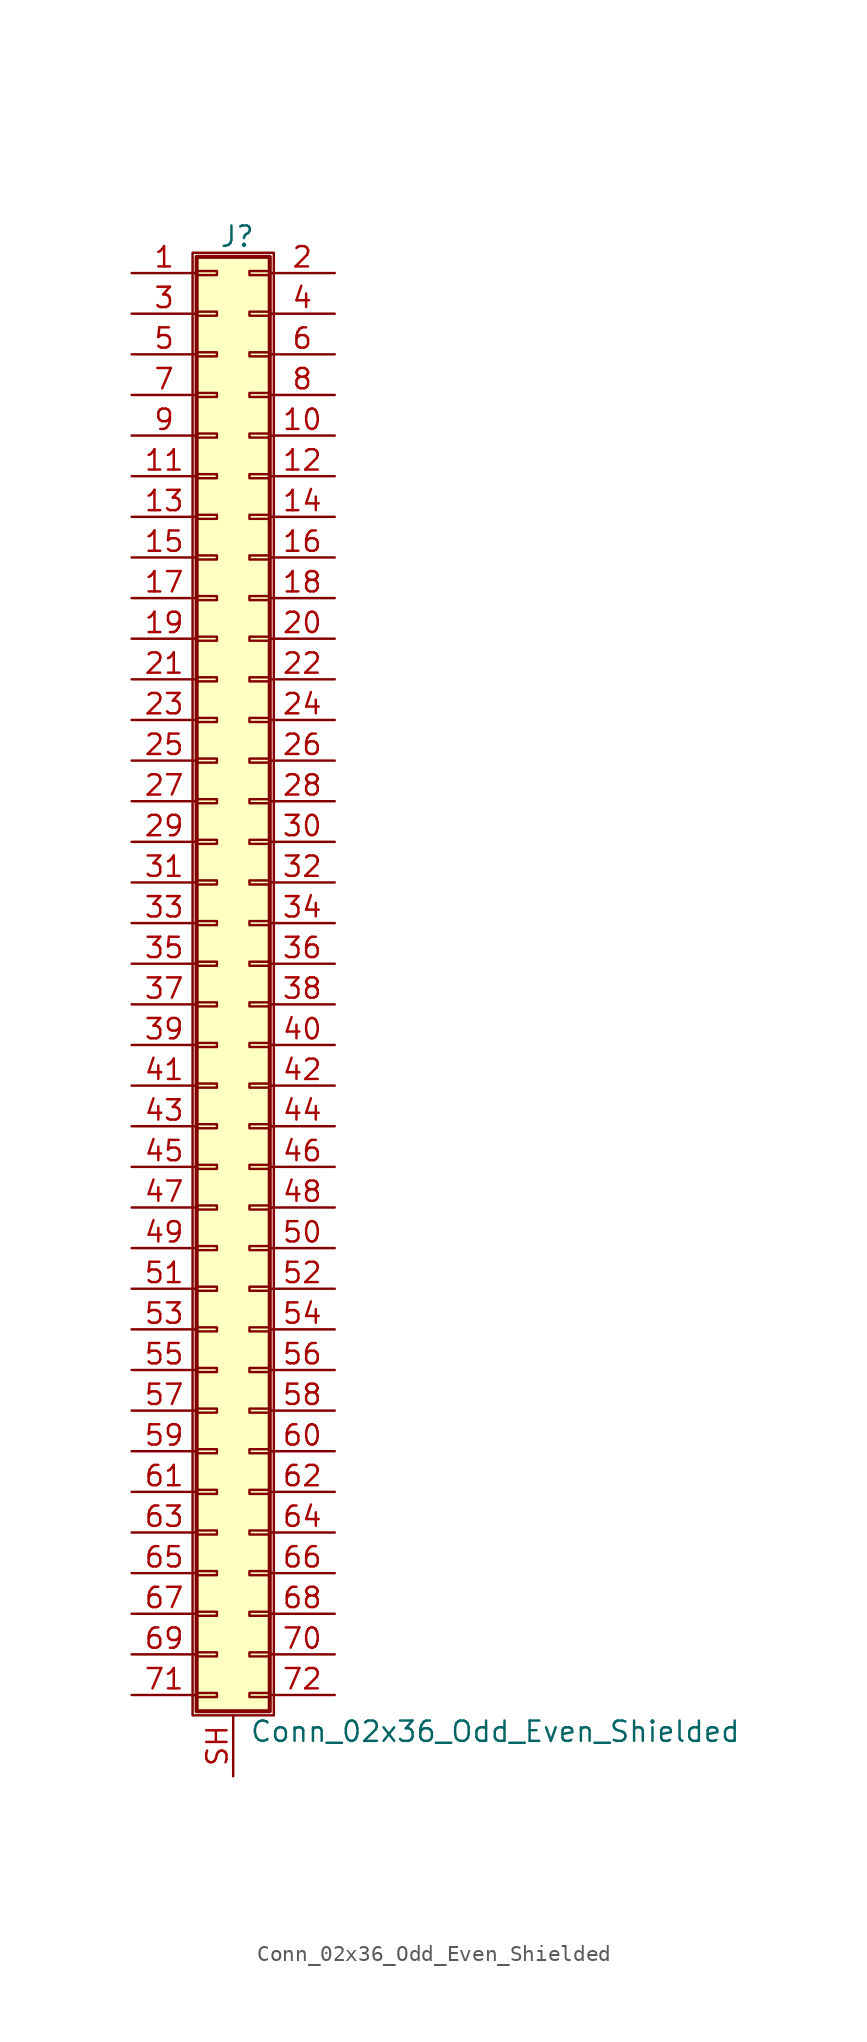
<source format=kicad_sym>
(kicad_symbol_lib
  (version 20220914)
  (generator kicad_symbol_editor)
  (symbol "Conn_02x36_Odd_Even_Shielded"
    (pin_names
      (offset 1.016) hide)
    (property "Reference" "J"
      (at 1.524 45.466 0)
      (effects (font (size 1.27 1.27))))
    (property "Value" "Conn_02x36_Odd_Even_Shielded"
      (at 2.286 -48.006 0)
      (effects (font (size 1.27 1.27)) (justify left)))
    (symbol "Conn_02x36_Odd_Even_Shielded_1_1"
      (rectangle (start -1.27 44.45) (end 3.81 -46.99) (stroke (width 0.152) (type default)) (fill (type none)))
      (rectangle (start -1.016 -45.593) (end 0.254 -45.847) (stroke (width 0.152) (type default)) (fill (type none)))
      (rectangle (start -1.016 -43.053) (end 0.254 -43.307) (stroke (width 0.152) (type default)) (fill (type none)))
      (rectangle (start -1.016 -40.513) (end 0.254 -40.767) (stroke (width 0.152) (type default)) (fill (type none)))
      (rectangle (start -1.016 -37.973) (end 0.254 -38.227) (stroke (width 0.152) (type default)) (fill (type none)))
      (rectangle (start -1.016 -35.433) (end 0.254 -35.687) (stroke (width 0.152) (type default)) (fill (type none)))
      (rectangle (start -1.016 -32.893) (end 0.254 -33.147) (stroke (width 0.152) (type default)) (fill (type none)))
      (rectangle (start -1.016 -30.353) (end 0.254 -30.607) (stroke (width 0.152) (type default)) (fill (type none)))
      (rectangle (start -1.016 -27.813) (end 0.254 -28.067) (stroke (width 0.152) (type default)) (fill (type none)))
      (rectangle (start -1.016 -25.273) (end 0.254 -25.527) (stroke (width 0.152) (type default)) (fill (type none)))
      (rectangle (start -1.016 -22.733) (end 0.254 -22.987) (stroke (width 0.152) (type default)) (fill (type none)))
      (rectangle (start -1.016 -20.193) (end 0.254 -20.447) (stroke (width 0.152) (type default)) (fill (type none)))
      (rectangle (start -1.016 -17.653) (end 0.254 -17.907) (stroke (width 0.152) (type default)) (fill (type none)))
      (rectangle (start -1.016 -15.113) (end 0.254 -15.367) (stroke (width 0.152) (type default)) (fill (type none)))
      (rectangle (start -1.016 -12.573) (end 0.254 -12.827) (stroke (width 0.152) (type default)) (fill (type none)))
      (rectangle (start -1.016 -10.033) (end 0.254 -10.287) (stroke (width 0.152) (type default)) (fill (type none)))
      (rectangle (start -1.016 -7.493) (end 0.254 -7.747) (stroke (width 0.152) (type default)) (fill (type none)))
      (rectangle (start -1.016 -4.953) (end 0.254 -5.207) (stroke (width 0.152) (type default)) (fill (type none)))
      (rectangle (start -1.016 -2.413) (end 0.254 -2.667) (stroke (width 0.152) (type default)) (fill (type none)))
      (rectangle (start -1.016 0.127) (end 0.254 -0.127) (stroke (width 0.152) (type default)) (fill (type none)))
      (rectangle (start -1.016 2.667) (end 0.254 2.413) (stroke (width 0.152) (type default)) (fill (type none)))
      (rectangle (start -1.016 5.207) (end 0.254 4.953) (stroke (width 0.152) (type default)) (fill (type none)))
      (rectangle (start -1.016 7.747) (end 0.254 7.493) (stroke (width 0.152) (type default)) (fill (type none)))
      (rectangle (start -1.016 10.287) (end 0.254 10.033) (stroke (width 0.152) (type default)) (fill (type none)))
      (rectangle (start -1.016 12.827) (end 0.254 12.573) (stroke (width 0.152) (type default)) (fill (type none)))
      (rectangle (start -1.016 15.367) (end 0.254 15.113) (stroke (width 0.152) (type default)) (fill (type none)))
      (rectangle (start -1.016 17.907) (end 0.254 17.653) (stroke (width 0.152) (type default)) (fill (type none)))
      (rectangle (start -1.016 20.447) (end 0.254 20.193) (stroke (width 0.152) (type default)) (fill (type none)))
      (rectangle (start -1.016 22.987) (end 0.254 22.733) (stroke (width 0.152) (type default)) (fill (type none)))
      (rectangle (start -1.016 25.527) (end 0.254 25.273) (stroke (width 0.152) (type default)) (fill (type none)))
      (rectangle (start -1.016 28.067) (end 0.254 27.813) (stroke (width 0.152) (type default)) (fill (type none)))
      (rectangle (start -1.016 30.607) (end 0.254 30.353) (stroke (width 0.152) (type default)) (fill (type none)))
      (rectangle (start -1.016 33.147) (end 0.254 32.893) (stroke (width 0.152) (type default)) (fill (type none)))
      (rectangle (start -1.016 35.687) (end 0.254 35.433) (stroke (width 0.152) (type default)) (fill (type none)))
      (rectangle (start -1.016 38.227) (end 0.254 37.973) (stroke (width 0.152) (type default)) (fill (type none)))
      (rectangle (start -1.016 40.767) (end 0.254 40.513) (stroke (width 0.152) (type default)) (fill (type none)))
      (rectangle (start -1.016 43.307) (end 0.254 43.053) (stroke (width 0.152) (type default)) (fill (type none)))
      (rectangle (start -1.016 44.196) (end 3.556 -46.736) (stroke (width 0.254) (type default)) (fill (type background)))
      (rectangle (start 3.556 -45.593) (end 2.286 -45.847) (stroke (width 0.152) (type default)) (fill (type none)))
      (rectangle (start 3.556 -43.053) (end 2.286 -43.307) (stroke (width 0.152) (type default)) (fill (type none)))
      (rectangle (start 3.556 -40.513) (end 2.286 -40.767) (stroke (width 0.152) (type default)) (fill (type none)))
      (rectangle (start 3.556 -37.973) (end 2.286 -38.227) (stroke (width 0.152) (type default)) (fill (type none)))
      (rectangle (start 3.556 -35.433) (end 2.286 -35.687) (stroke (width 0.152) (type default)) (fill (type none)))
      (rectangle (start 3.556 -32.893) (end 2.286 -33.147) (stroke (width 0.152) (type default)) (fill (type none)))
      (rectangle (start 3.556 -30.353) (end 2.286 -30.607) (stroke (width 0.152) (type default)) (fill (type none)))
      (rectangle (start 3.556 -27.813) (end 2.286 -28.067) (stroke (width 0.152) (type default)) (fill (type none)))
      (rectangle (start 3.556 -25.273) (end 2.286 -25.527) (stroke (width 0.152) (type default)) (fill (type none)))
      (rectangle (start 3.556 -22.733) (end 2.286 -22.987) (stroke (width 0.152) (type default)) (fill (type none)))
      (rectangle (start 3.556 -20.193) (end 2.286 -20.447) (stroke (width 0.152) (type default)) (fill (type none)))
      (rectangle (start 3.556 -17.653) (end 2.286 -17.907) (stroke (width 0.152) (type default)) (fill (type none)))
      (rectangle (start 3.556 -15.113) (end 2.286 -15.367) (stroke (width 0.152) (type default)) (fill (type none)))
      (rectangle (start 3.556 -12.573) (end 2.286 -12.827) (stroke (width 0.152) (type default)) (fill (type none)))
      (rectangle (start 3.556 -10.033) (end 2.286 -10.287) (stroke (width 0.152) (type default)) (fill (type none)))
      (rectangle (start 3.556 -7.493) (end 2.286 -7.747) (stroke (width 0.152) (type default)) (fill (type none)))
      (rectangle (start 3.556 -4.953) (end 2.286 -5.207) (stroke (width 0.152) (type default)) (fill (type none)))
      (rectangle (start 3.556 -2.413) (end 2.286 -2.667) (stroke (width 0.152) (type default)) (fill (type none)))
      (rectangle (start 3.556 0.127) (end 2.286 -0.127) (stroke (width 0.152) (type default)) (fill (type none)))
      (rectangle (start 3.556 2.667) (end 2.286 2.413) (stroke (width 0.152) (type default)) (fill (type none)))
      (rectangle (start 3.556 5.207) (end 2.286 4.953) (stroke (width 0.152) (type default)) (fill (type none)))
      (rectangle (start 3.556 7.747) (end 2.286 7.493) (stroke (width 0.152) (type default)) (fill (type none)))
      (rectangle (start 3.556 10.287) (end 2.286 10.033) (stroke (width 0.152) (type default)) (fill (type none)))
      (rectangle (start 3.556 12.827) (end 2.286 12.573) (stroke (width 0.152) (type default)) (fill (type none)))
      (rectangle (start 3.556 15.367) (end 2.286 15.113) (stroke (width 0.152) (type default)) (fill (type none)))
      (rectangle (start 3.556 17.907) (end 2.286 17.653) (stroke (width 0.152) (type default)) (fill (type none)))
      (rectangle (start 3.556 20.447) (end 2.286 20.193) (stroke (width 0.152) (type default)) (fill (type none)))
      (rectangle (start 3.556 22.987) (end 2.286 22.733) (stroke (width 0.152) (type default)) (fill (type none)))
      (rectangle (start 3.556 25.527) (end 2.286 25.273) (stroke (width 0.152) (type default)) (fill (type none)))
      (rectangle (start 3.556 28.067) (end 2.286 27.813) (stroke (width 0.152) (type default)) (fill (type none)))
      (rectangle (start 3.556 30.607) (end 2.286 30.353) (stroke (width 0.152) (type default)) (fill (type none)))
      (rectangle (start 3.556 33.147) (end 2.286 32.893) (stroke (width 0.152) (type default)) (fill (type none)))
      (rectangle (start 3.556 35.687) (end 2.286 35.433) (stroke (width 0.152) (type default)) (fill (type none)))
      (rectangle (start 3.556 38.227) (end 2.286 37.973) (stroke (width 0.152) (type default)) (fill (type none)))
      (rectangle (start 3.556 40.767) (end 2.286 40.513) (stroke (width 0.152) (type default)) (fill (type none)))
      (rectangle (start 3.556 43.307) (end 2.286 43.053) (stroke (width 0.152) (type default)) (fill (type none)))
      (pin passive line (at -5.08 43.18 0) (length 4.064) (name "Pin_1" (effects (font (size 1.27 1.27)))) (number "1" (effects (font (size 1.27 1.27)))))
      (pin passive line (at 7.62 33.02 180) (length 4.064) (name "Pin_10" (effects (font (size 1.27 1.27)))) (number "10" (effects (font (size 1.27 1.27)))))
      (pin passive line (at -5.08 30.48 0) (length 4.064) (name "Pin_11" (effects (font (size 1.27 1.27)))) (number "11" (effects (font (size 1.27 1.27)))))
      (pin passive line (at 7.62 30.48 180) (length 4.064) (name "Pin_12" (effects (font (size 1.27 1.27)))) (number "12" (effects (font (size 1.27 1.27)))))
      (pin passive line (at -5.08 27.94 0) (length 4.064) (name "Pin_13" (effects (font (size 1.27 1.27)))) (number "13" (effects (font (size 1.27 1.27)))))
      (pin passive line (at 7.62 27.94 180) (length 4.064) (name "Pin_14" (effects (font (size 1.27 1.27)))) (number "14" (effects (font (size 1.27 1.27)))))
      (pin passive line (at -5.08 25.4 0) (length 4.064) (name "Pin_15" (effects (font (size 1.27 1.27)))) (number "15" (effects (font (size 1.27 1.27)))))
      (pin passive line (at 7.62 25.4 180) (length 4.064) (name "Pin_16" (effects (font (size 1.27 1.27)))) (number "16" (effects (font (size 1.27 1.27)))))
      (pin passive line (at -5.08 22.86 0) (length 4.064) (name "Pin_17" (effects (font (size 1.27 1.27)))) (number "17" (effects (font (size 1.27 1.27)))))
      (pin passive line (at 7.62 22.86 180) (length 4.064) (name "Pin_18" (effects (font (size 1.27 1.27)))) (number "18" (effects (font (size 1.27 1.27)))))
      (pin passive line (at -5.08 20.32 0) (length 4.064) (name "Pin_19" (effects (font (size 1.27 1.27)))) (number "19" (effects (font (size 1.27 1.27)))))
      (pin passive line (at 7.62 43.18 180) (length 4.064) (name "Pin_2" (effects (font (size 1.27 1.27)))) (number "2" (effects (font (size 1.27 1.27)))))
      (pin passive line (at 7.62 20.32 180) (length 4.064) (name "Pin_20" (effects (font (size 1.27 1.27)))) (number "20" (effects (font (size 1.27 1.27)))))
      (pin passive line (at -5.08 17.78 0) (length 4.064) (name "Pin_21" (effects (font (size 1.27 1.27)))) (number "21" (effects (font (size 1.27 1.27)))))
      (pin passive line (at 7.62 17.78 180) (length 4.064) (name "Pin_22" (effects (font (size 1.27 1.27)))) (number "22" (effects (font (size 1.27 1.27)))))
      (pin passive line (at -5.08 15.24 0) (length 4.064) (name "Pin_23" (effects (font (size 1.27 1.27)))) (number "23" (effects (font (size 1.27 1.27)))))
      (pin passive line (at 7.62 15.24 180) (length 4.064) (name "Pin_24" (effects (font (size 1.27 1.27)))) (number "24" (effects (font (size 1.27 1.27)))))
      (pin passive line (at -5.08 12.7 0) (length 4.064) (name "Pin_25" (effects (font (size 1.27 1.27)))) (number "25" (effects (font (size 1.27 1.27)))))
      (pin passive line (at 7.62 12.7 180) (length 4.064) (name "Pin_26" (effects (font (size 1.27 1.27)))) (number "26" (effects (font (size 1.27 1.27)))))
      (pin passive line (at -5.08 10.16 0) (length 4.064) (name "Pin_27" (effects (font (size 1.27 1.27)))) (number "27" (effects (font (size 1.27 1.27)))))
      (pin passive line (at 7.62 10.16 180) (length 4.064) (name "Pin_28" (effects (font (size 1.27 1.27)))) (number "28" (effects (font (size 1.27 1.27)))))
      (pin passive line (at -5.08 7.62 0) (length 4.064) (name "Pin_29" (effects (font (size 1.27 1.27)))) (number "29" (effects (font (size 1.27 1.27)))))
      (pin passive line (at -5.08 40.64 0) (length 4.064) (name "Pin_3" (effects (font (size 1.27 1.27)))) (number "3" (effects (font (size 1.27 1.27)))))
      (pin passive line (at 7.62 7.62 180) (length 4.064) (name "Pin_30" (effects (font (size 1.27 1.27)))) (number "30" (effects (font (size 1.27 1.27)))))
      (pin passive line (at -5.08 5.08 0) (length 4.064) (name "Pin_31" (effects (font (size 1.27 1.27)))) (number "31" (effects (font (size 1.27 1.27)))))
      (pin passive line (at 7.62 5.08 180) (length 4.064) (name "Pin_32" (effects (font (size 1.27 1.27)))) (number "32" (effects (font (size 1.27 1.27)))))
      (pin passive line (at -5.08 2.54 0) (length 4.064) (name "Pin_33" (effects (font (size 1.27 1.27)))) (number "33" (effects (font (size 1.27 1.27)))))
      (pin passive line (at 7.62 2.54 180) (length 4.064) (name "Pin_34" (effects (font (size 1.27 1.27)))) (number "34" (effects (font (size 1.27 1.27)))))
      (pin passive line (at -5.08 0 0) (length 4.064) (name "Pin_35" (effects (font (size 1.27 1.27)))) (number "35" (effects (font (size 1.27 1.27)))))
      (pin passive line (at 7.62 0 180) (length 4.064) (name "Pin_36" (effects (font (size 1.27 1.27)))) (number "36" (effects (font (size 1.27 1.27)))))
      (pin passive line (at -5.08 -2.54 0) (length 4.064) (name "Pin_37" (effects (font (size 1.27 1.27)))) (number "37" (effects (font (size 1.27 1.27)))))
      (pin passive line (at 7.62 -2.54 180) (length 4.064) (name "Pin_38" (effects (font (size 1.27 1.27)))) (number "38" (effects (font (size 1.27 1.27)))))
      (pin passive line (at -5.08 -5.08 0) (length 4.064) (name "Pin_39" (effects (font (size 1.27 1.27)))) (number "39" (effects (font (size 1.27 1.27)))))
      (pin passive line (at 7.62 40.64 180) (length 4.064) (name "Pin_4" (effects (font (size 1.27 1.27)))) (number "4" (effects (font (size 1.27 1.27)))))
      (pin passive line (at 7.62 -5.08 180) (length 4.064) (name "Pin_40" (effects (font (size 1.27 1.27)))) (number "40" (effects (font (size 1.27 1.27)))))
      (pin passive line (at -5.08 -7.62 0) (length 4.064) (name "Pin_41" (effects (font (size 1.27 1.27)))) (number "41" (effects (font (size 1.27 1.27)))))
      (pin passive line (at 7.62 -7.62 180) (length 4.064) (name "Pin_42" (effects (font (size 1.27 1.27)))) (number "42" (effects (font (size 1.27 1.27)))))
      (pin passive line (at -5.08 -10.16 0) (length 4.064) (name "Pin_43" (effects (font (size 1.27 1.27)))) (number "43" (effects (font (size 1.27 1.27)))))
      (pin passive line (at 7.62 -10.16 180) (length 4.064) (name "Pin_44" (effects (font (size 1.27 1.27)))) (number "44" (effects (font (size 1.27 1.27)))))
      (pin passive line (at -5.08 -12.7 0) (length 4.064) (name "Pin_45" (effects (font (size 1.27 1.27)))) (number "45" (effects (font (size 1.27 1.27)))))
      (pin passive line (at 7.62 -12.7 180) (length 4.064) (name "Pin_46" (effects (font (size 1.27 1.27)))) (number "46" (effects (font (size 1.27 1.27)))))
      (pin passive line (at -5.08 -15.24 0) (length 4.064) (name "Pin_47" (effects (font (size 1.27 1.27)))) (number "47" (effects (font (size 1.27 1.27)))))
      (pin passive line (at 7.62 -15.24 180) (length 4.064) (name "Pin_48" (effects (font (size 1.27 1.27)))) (number "48" (effects (font (size 1.27 1.27)))))
      (pin passive line (at -5.08 -17.78 0) (length 4.064) (name "Pin_49" (effects (font (size 1.27 1.27)))) (number "49" (effects (font (size 1.27 1.27)))))
      (pin passive line (at -5.08 38.1 0) (length 4.064) (name "Pin_5" (effects (font (size 1.27 1.27)))) (number "5" (effects (font (size 1.27 1.27)))))
      (pin passive line (at 7.62 -17.78 180) (length 4.064) (name "Pin_50" (effects (font (size 1.27 1.27)))) (number "50" (effects (font (size 1.27 1.27)))))
      (pin passive line (at -5.08 -20.32 0) (length 4.064) (name "Pin_51" (effects (font (size 1.27 1.27)))) (number "51" (effects (font (size 1.27 1.27)))))
      (pin passive line (at 7.62 -20.32 180) (length 4.064) (name "Pin_52" (effects (font (size 1.27 1.27)))) (number "52" (effects (font (size 1.27 1.27)))))
      (pin passive line (at -5.08 -22.86 0) (length 4.064) (name "Pin_53" (effects (font (size 1.27 1.27)))) (number "53" (effects (font (size 1.27 1.27)))))
      (pin passive line (at 7.62 -22.86 180) (length 4.064) (name "Pin_54" (effects (font (size 1.27 1.27)))) (number "54" (effects (font (size 1.27 1.27)))))
      (pin passive line (at -5.08 -25.4 0) (length 4.064) (name "Pin_55" (effects (font (size 1.27 1.27)))) (number "55" (effects (font (size 1.27 1.27)))))
      (pin passive line (at 7.62 -25.4 180) (length 4.064) (name "Pin_56" (effects (font (size 1.27 1.27)))) (number "56" (effects (font (size 1.27 1.27)))))
      (pin passive line (at -5.08 -27.94 0) (length 4.064) (name "Pin_57" (effects (font (size 1.27 1.27)))) (number "57" (effects (font (size 1.27 1.27)))))
      (pin passive line (at 7.62 -27.94 180) (length 4.064) (name "Pin_58" (effects (font (size 1.27 1.27)))) (number "58" (effects (font (size 1.27 1.27)))))
      (pin passive line (at -5.08 -30.48 0) (length 4.064) (name "Pin_59" (effects (font (size 1.27 1.27)))) (number "59" (effects (font (size 1.27 1.27)))))
      (pin passive line (at 7.62 38.1 180) (length 4.064) (name "Pin_6" (effects (font (size 1.27 1.27)))) (number "6" (effects (font (size 1.27 1.27)))))
      (pin passive line (at 7.62 -30.48 180) (length 4.064) (name "Pin_60" (effects (font (size 1.27 1.27)))) (number "60" (effects (font (size 1.27 1.27)))))
      (pin passive line (at -5.08 -33.02 0) (length 4.064) (name "Pin_61" (effects (font (size 1.27 1.27)))) (number "61" (effects (font (size 1.27 1.27)))))
      (pin passive line (at 7.62 -33.02 180) (length 4.064) (name "Pin_62" (effects (font (size 1.27 1.27)))) (number "62" (effects (font (size 1.27 1.27)))))
      (pin passive line (at -5.08 -35.56 0) (length 4.064) (name "Pin_63" (effects (font (size 1.27 1.27)))) (number "63" (effects (font (size 1.27 1.27)))))
      (pin passive line (at 7.62 -35.56 180) (length 4.064) (name "Pin_64" (effects (font (size 1.27 1.27)))) (number "64" (effects (font (size 1.27 1.27)))))
      (pin passive line (at -5.08 -38.1 0) (length 4.064) (name "Pin_65" (effects (font (size 1.27 1.27)))) (number "65" (effects (font (size 1.27 1.27)))))
      (pin passive line (at 7.62 -38.1 180) (length 4.064) (name "Pin_66" (effects (font (size 1.27 1.27)))) (number "66" (effects (font (size 1.27 1.27)))))
      (pin passive line (at -5.08 -40.64 0) (length 4.064) (name "Pin_67" (effects (font (size 1.27 1.27)))) (number "67" (effects (font (size 1.27 1.27)))))
      (pin passive line (at 7.62 -40.64 180) (length 4.064) (name "Pin_68" (effects (font (size 1.27 1.27)))) (number "68" (effects (font (size 1.27 1.27)))))
      (pin passive line (at -5.08 -43.18 0) (length 4.064) (name "Pin_69" (effects (font (size 1.27 1.27)))) (number "69" (effects (font (size 1.27 1.27)))))
      (pin passive line (at -5.08 35.56 0) (length 4.064) (name "Pin_7" (effects (font (size 1.27 1.27)))) (number "7" (effects (font (size 1.27 1.27)))))
      (pin passive line (at 7.62 -43.18 180) (length 4.064) (name "Pin_70" (effects (font (size 1.27 1.27)))) (number "70" (effects (font (size 1.27 1.27)))))
      (pin passive line (at -5.08 -45.72 0) (length 4.064) (name "Pin_71" (effects (font (size 1.27 1.27)))) (number "71" (effects (font (size 1.27 1.27)))))
      (pin passive line (at 7.62 -45.72 180) (length 4.064) (name "Pin_72" (effects (font (size 1.27 1.27)))) (number "72" (effects (font (size 1.27 1.27)))))
      (pin passive line (at 7.62 35.56 180) (length 4.064) (name "Pin_8" (effects (font (size 1.27 1.27)))) (number "8" (effects (font (size 1.27 1.27)))))
      (pin passive line (at -5.08 33.02 0) (length 4.064) (name "Pin_9" (effects (font (size 1.27 1.27)))) (number "9" (effects (font (size 1.27 1.27)))))
      (pin passive line (at 1.27 -50.8 90) (length 3.81) (name "Shield" (effects (font (size 1.27 1.27)))) (number "SH" (effects (font (size 1.27 1.27))))))))
</source>
